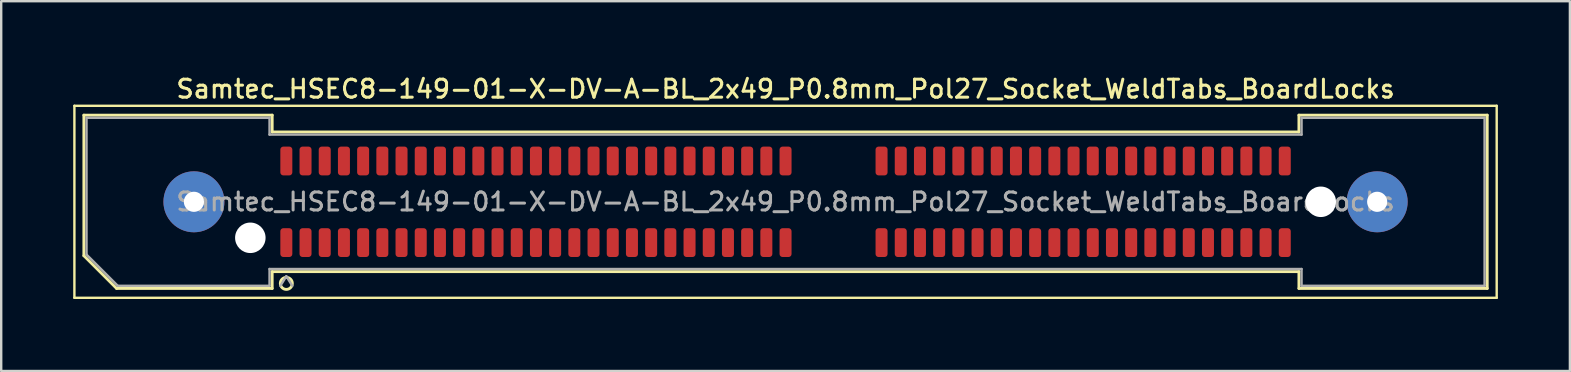
<source format=kicad_pcb>
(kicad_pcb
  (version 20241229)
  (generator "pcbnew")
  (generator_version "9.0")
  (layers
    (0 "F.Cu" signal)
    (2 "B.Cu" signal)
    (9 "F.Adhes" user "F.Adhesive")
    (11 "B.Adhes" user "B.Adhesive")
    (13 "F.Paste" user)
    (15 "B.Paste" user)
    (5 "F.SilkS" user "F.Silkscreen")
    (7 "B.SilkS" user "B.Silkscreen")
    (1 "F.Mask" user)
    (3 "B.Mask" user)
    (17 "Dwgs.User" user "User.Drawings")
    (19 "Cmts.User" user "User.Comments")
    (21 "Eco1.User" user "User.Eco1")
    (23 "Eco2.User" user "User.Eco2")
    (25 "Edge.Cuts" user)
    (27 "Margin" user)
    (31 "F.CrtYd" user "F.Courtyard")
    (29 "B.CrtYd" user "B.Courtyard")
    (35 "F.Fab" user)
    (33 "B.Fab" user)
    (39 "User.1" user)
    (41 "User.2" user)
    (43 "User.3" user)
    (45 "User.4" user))
  (footprint "Samtec_HSEC8-149-01-X-DV-A-BL_2x49_P0.8mm_Pol27_Socket_WeldTabs_BoardLocks"
    (layer "F.Cu")
    (at 29.68 5.358)
    (property "Reference" "Samtec_HSEC8-149-01-X-DV-A-BL_2x49_P0.8mm_Pol27_Socket_WeldTabs_BoardLocks" (at 0 -4.7 0) (layer "F.SilkS") (effects (font (size 0.75 0.75) (thickness 0.125))))
    (attr smd)
    (fp_line (start -29.63 -4) (end -29.63 4) (stroke (width 0.1) (type solid)) (layer "F.SilkS"))
    (fp_line (start -29.63 4) (end 29.63 4) (stroke (width 0.1) (type solid)) (layer "F.SilkS"))
    (fp_line (start -29.235 -3.61) (end -21.39 -3.61) (stroke (width 0.12) (type solid)) (layer "F.SilkS"))
    (fp_line (start -29.235 2.246) (end -29.235 -3.61) (stroke (width 0.12) (type solid)) (layer "F.SilkS"))
    (fp_line (start -27.871 3.61) (end -29.235 2.246) (stroke (width 0.12) (type solid)) (layer "F.SilkS"))
    (fp_line (start -21.39 -3.61) (end -21.39 -2.91) (stroke (width 0.12) (type solid)) (layer "F.SilkS"))
    (fp_line (start -21.39 -2.91) (end 21.39 -2.91) (stroke (width 0.12) (type solid)) (layer "F.SilkS"))
    (fp_line (start -21.39 2.91) (end -21.39 3.61) (stroke (width 0.12) (type solid)) (layer "F.SilkS"))
    (fp_line (start -21.39 3.61) (end -27.871 3.61) (stroke (width 0.12) (type solid)) (layer "F.SilkS"))
    (fp_line (start 21.39 -3.61) (end 29.235 -3.61) (stroke (width 0.12) (type solid)) (layer "F.SilkS"))
    (fp_line (start 21.39 -2.91) (end 21.39 -3.61) (stroke (width 0.12) (type solid)) (layer "F.SilkS"))
    (fp_line (start 21.39 2.91) (end -21.39 2.91) (stroke (width 0.12) (type solid)) (layer "F.SilkS"))
    (fp_line (start 21.39 3.61) (end 21.39 2.91) (stroke (width 0.12) (type solid)) (layer "F.SilkS"))
    (fp_line (start 29.235 -3.61) (end 29.235 3.61) (stroke (width 0.12) (type solid)) (layer "F.SilkS"))
    (fp_line (start 29.235 3.61) (end 21.39 3.61) (stroke (width 0.12) (type solid)) (layer "F.SilkS"))
    (fp_line (start 29.63 -4) (end -29.63 -4) (stroke (width 0.1) (type solid)) (layer "F.SilkS"))
    (fp_line (start 29.63 4) (end 29.63 -4) (stroke (width 0.1) (type solid)) (layer "F.SilkS"))
    (fp_circle (center -20.8 3.4) (end -20.55 3.4) (stroke (width 0.12) (type solid)) (fill no) (layer "F.SilkS"))
    (fp_line (start -29.125 -3.5) (end -21.5 -3.5) (stroke (width 0.1) (type solid)) (layer "F.Fab"))
    (fp_line (start -29.125 2.2) (end -29.125 -3.5) (stroke (width 0.1) (type solid)) (layer "F.Fab"))
    (fp_line (start -27.825 3.5) (end -29.125 2.2) (stroke (width 0.1) (type solid)) (layer "F.Fab"))
    (fp_line (start -21.5 -3.5) (end -21.5 -2.8) (stroke (width 0.1) (type solid)) (layer "F.Fab"))
    (fp_line (start -21.5 -2.8) (end 21.5 -2.8) (stroke (width 0.1) (type solid)) (layer "F.Fab"))
    (fp_line (start -21.5 2.8) (end -21.5 3.5) (stroke (width 0.1) (type solid)) (layer "F.Fab"))
    (fp_line (start -21.5 3.5) (end -27.825 3.5) (stroke (width 0.1) (type solid)) (layer "F.Fab"))
    (fp_line (start -20.8 3.1) (end -21.05 3.5) (stroke (width 0.1) (type solid)) (layer "F.Fab"))
    (fp_line (start -20.8 3.1) (end -20.55 3.5) (stroke (width 0.1) (type solid)) (layer "F.Fab"))
    (fp_line (start 21.5 -3.5) (end 29.125 -3.5) (stroke (width 0.1) (type solid)) (layer "F.Fab"))
    (fp_line (start 21.5 -2.8) (end 21.5 -3.5) (stroke (width 0.1) (type solid)) (layer "F.Fab"))
    (fp_line (start 21.5 2.8) (end -21.5 2.8) (stroke (width 0.1) (type solid)) (layer "F.Fab"))
    (fp_line (start 21.5 3.5) (end 21.5 2.8) (stroke (width 0.1) (type solid)) (layer "F.Fab"))
    (fp_line (start 29.125 -3.5) (end 29.125 3.5) (stroke (width 0.1) (type solid)) (layer "F.Fab"))
    (fp_line (start 29.125 3.5) (end 21.5 3.5) (stroke (width 0.1) (type solid)) (layer "F.Fab"))
    (fp_text user "${REFERENCE}" (at 0 0 0) (layer "F.Fab") (effects (font (size 0.75 0.75) (thickness 0.125))))
    (pad "" thru_hole circle (at -24.65 0) (size 2.54 2.54) (drill 0.84) (layers "*.Cu" "*.Mask" "F.Paste"))
    (pad "" np_thru_hole circle (at -22.3 1.5) (size 1.27 1.27) (drill 1.27) (layers "*.Cu" "*.Mask"))
    (pad "" np_thru_hole circle (at 22.3 0) (size 1.27 1.27) (drill 1.27) (layers "*.Cu" "*.Mask"))
    (pad "" thru_hole circle (at 24.65 0) (size 2.54 2.54) (drill 0.84) (layers "*.Cu" "*.Mask" "F.Paste"))
    (pad "1" smd roundrect (at -20.8 1.7) (size 0.5 1.2) (layers "F.Cu" "F.Mask" "F.Paste") (roundrect_rratio 0.25))
    (pad "2" smd roundrect (at -20.8 -1.7) (size 0.5 1.2) (layers "F.Cu" "F.Mask" "F.Paste") (roundrect_rratio 0.25))
    (pad "3" smd roundrect (at -20 1.7) (size 0.5 1.2) (layers "F.Cu" "F.Mask" "F.Paste") (roundrect_rratio 0.25))
    (pad "4" smd roundrect (at -20 -1.7) (size 0.5 1.2) (layers "F.Cu" "F.Mask" "F.Paste") (roundrect_rratio 0.25))
    (pad "5" smd roundrect (at -19.2 1.7) (size 0.5 1.2) (layers "F.Cu" "F.Mask" "F.Paste") (roundrect_rratio 0.25))
    (pad "6" smd roundrect (at -19.2 -1.7) (size 0.5 1.2) (layers "F.Cu" "F.Mask" "F.Paste") (roundrect_rratio 0.25))
    (pad "7" smd roundrect (at -18.4 1.7) (size 0.5 1.2) (layers "F.Cu" "F.Mask" "F.Paste") (roundrect_rratio 0.25))
    (pad "8" smd roundrect (at -18.4 -1.7) (size 0.5 1.2) (layers "F.Cu" "F.Mask" "F.Paste") (roundrect_rratio 0.25))
    (pad "9" smd roundrect (at -17.6 1.7) (size 0.5 1.2) (layers "F.Cu" "F.Mask" "F.Paste") (roundrect_rratio 0.25))
    (pad "10" smd roundrect (at -17.6 -1.7) (size 0.5 1.2) (layers "F.Cu" "F.Mask" "F.Paste") (roundrect_rratio 0.25))
    (pad "11" smd roundrect (at -16.8 1.7) (size 0.5 1.2) (layers "F.Cu" "F.Mask" "F.Paste") (roundrect_rratio 0.25))
    (pad "12" smd roundrect (at -16.8 -1.7) (size 0.5 1.2) (layers "F.Cu" "F.Mask" "F.Paste") (roundrect_rratio 0.25))
    (pad "13" smd roundrect (at -16 1.7) (size 0.5 1.2) (layers "F.Cu" "F.Mask" "F.Paste") (roundrect_rratio 0.25))
    (pad "14" smd roundrect (at -16 -1.7) (size 0.5 1.2) (layers "F.Cu" "F.Mask" "F.Paste") (roundrect_rratio 0.25))
    (pad "15" smd roundrect (at -15.2 1.7) (size 0.5 1.2) (layers "F.Cu" "F.Mask" "F.Paste") (roundrect_rratio 0.25))
    (pad "16" smd roundrect (at -15.2 -1.7) (size 0.5 1.2) (layers "F.Cu" "F.Mask" "F.Paste") (roundrect_rratio 0.25))
    (pad "17" smd roundrect (at -14.4 1.7) (size 0.5 1.2) (layers "F.Cu" "F.Mask" "F.Paste") (roundrect_rratio 0.25))
    (pad "18" smd roundrect (at -14.4 -1.7) (size 0.5 1.2) (layers "F.Cu" "F.Mask" "F.Paste") (roundrect_rratio 0.25))
    (pad "19" smd roundrect (at -13.6 1.7) (size 0.5 1.2) (layers "F.Cu" "F.Mask" "F.Paste") (roundrect_rratio 0.25))
    (pad "20" smd roundrect (at -13.6 -1.7) (size 0.5 1.2) (layers "F.Cu" "F.Mask" "F.Paste") (roundrect_rratio 0.25))
    (pad "21" smd roundrect (at -12.8 1.7) (size 0.5 1.2) (layers "F.Cu" "F.Mask" "F.Paste") (roundrect_rratio 0.25))
    (pad "22" smd roundrect (at -12.8 -1.7) (size 0.5 1.2) (layers "F.Cu" "F.Mask" "F.Paste") (roundrect_rratio 0.25))
    (pad "23" smd roundrect (at -12 1.7) (size 0.5 1.2) (layers "F.Cu" "F.Mask" "F.Paste") (roundrect_rratio 0.25))
    (pad "24" smd roundrect (at -12 -1.7) (size 0.5 1.2) (layers "F.Cu" "F.Mask" "F.Paste") (roundrect_rratio 0.25))
    (pad "25" smd roundrect (at -11.2 1.7) (size 0.5 1.2) (layers "F.Cu" "F.Mask" "F.Paste") (roundrect_rratio 0.25))
    (pad "26" smd roundrect (at -11.2 -1.7) (size 0.5 1.2) (layers "F.Cu" "F.Mask" "F.Paste") (roundrect_rratio 0.25))
    (pad "27" smd roundrect (at -10.4 1.7) (size 0.5 1.2) (layers "F.Cu" "F.Mask" "F.Paste") (roundrect_rratio 0.25))
    (pad "28" smd roundrect (at -10.4 -1.7) (size 0.5 1.2) (layers "F.Cu" "F.Mask" "F.Paste") (roundrect_rratio 0.25))
    (pad "29" smd roundrect (at -9.6 1.7) (size 0.5 1.2) (layers "F.Cu" "F.Mask" "F.Paste") (roundrect_rratio 0.25))
    (pad "30" smd roundrect (at -9.6 -1.7) (size 0.5 1.2) (layers "F.Cu" "F.Mask" "F.Paste") (roundrect_rratio 0.25))
    (pad "31" smd roundrect (at -8.8 1.7) (size 0.5 1.2) (layers "F.Cu" "F.Mask" "F.Paste") (roundrect_rratio 0.25))
    (pad "32" smd roundrect (at -8.8 -1.7) (size 0.5 1.2) (layers "F.Cu" "F.Mask" "F.Paste") (roundrect_rratio 0.25))
    (pad "33" smd roundrect (at -8 1.7) (size 0.5 1.2) (layers "F.Cu" "F.Mask" "F.Paste") (roundrect_rratio 0.25))
    (pad "34" smd roundrect (at -8 -1.7) (size 0.5 1.2) (layers "F.Cu" "F.Mask" "F.Paste") (roundrect_rratio 0.25))
    (pad "35" smd roundrect (at -7.2 1.7) (size 0.5 1.2) (layers "F.Cu" "F.Mask" "F.Paste") (roundrect_rratio 0.25))
    (pad "36" smd roundrect (at -7.2 -1.7) (size 0.5 1.2) (layers "F.Cu" "F.Mask" "F.Paste") (roundrect_rratio 0.25))
    (pad "37" smd roundrect (at -6.4 1.7) (size 0.5 1.2) (layers "F.Cu" "F.Mask" "F.Paste") (roundrect_rratio 0.25))
    (pad "38" smd roundrect (at -6.4 -1.7) (size 0.5 1.2) (layers "F.Cu" "F.Mask" "F.Paste") (roundrect_rratio 0.25))
    (pad "39" smd roundrect (at -5.6 1.7) (size 0.5 1.2) (layers "F.Cu" "F.Mask" "F.Paste") (roundrect_rratio 0.25))
    (pad "40" smd roundrect (at -5.6 -1.7) (size 0.5 1.2) (layers "F.Cu" "F.Mask" "F.Paste") (roundrect_rratio 0.25))
    (pad "41" smd roundrect (at -4.8 1.7) (size 0.5 1.2) (layers "F.Cu" "F.Mask" "F.Paste") (roundrect_rratio 0.25))
    (pad "42" smd roundrect (at -4.8 -1.7) (size 0.5 1.2) (layers "F.Cu" "F.Mask" "F.Paste") (roundrect_rratio 0.25))
    (pad "43" smd roundrect (at -4 1.7) (size 0.5 1.2) (layers "F.Cu" "F.Mask" "F.Paste") (roundrect_rratio 0.25))
    (pad "44" smd roundrect (at -4 -1.7) (size 0.5 1.2) (layers "F.Cu" "F.Mask" "F.Paste") (roundrect_rratio 0.25))
    (pad "45" smd roundrect (at -3.2 1.7) (size 0.5 1.2) (layers "F.Cu" "F.Mask" "F.Paste") (roundrect_rratio 0.25))
    (pad "46" smd roundrect (at -3.2 -1.7) (size 0.5 1.2) (layers "F.Cu" "F.Mask" "F.Paste") (roundrect_rratio 0.25))
    (pad "47" smd roundrect (at -2.4 1.7) (size 0.5 1.2) (layers "F.Cu" "F.Mask" "F.Paste") (roundrect_rratio 0.25))
    (pad "48" smd roundrect (at -2.4 -1.7) (size 0.5 1.2) (layers "F.Cu" "F.Mask" "F.Paste") (roundrect_rratio 0.25))
    (pad "49" smd roundrect (at -1.6 1.7) (size 0.5 1.2) (layers "F.Cu" "F.Mask" "F.Paste") (roundrect_rratio 0.25))
    (pad "50" smd roundrect (at -1.6 -1.7) (size 0.5 1.2) (layers "F.Cu" "F.Mask" "F.Paste") (roundrect_rratio 0.25))
    (pad "51" smd roundrect (at -0.8 1.7) (size 0.5 1.2) (layers "F.Cu" "F.Mask" "F.Paste") (roundrect_rratio 0.25))
    (pad "52" smd roundrect (at -0.8 -1.7) (size 0.5 1.2) (layers "F.Cu" "F.Mask" "F.Paste") (roundrect_rratio 0.25))
    (pad "53" smd roundrect (at 0 1.7) (size 0.5 1.2) (layers "F.Cu" "F.Mask" "F.Paste") (roundrect_rratio 0.25))
    (pad "54" smd roundrect (at 0 -1.7) (size 0.5 1.2) (layers "F.Cu" "F.Mask" "F.Paste") (roundrect_rratio 0.25))
    (pad "55" smd roundrect (at 4 1.7) (size 0.5 1.2) (layers "F.Cu" "F.Mask" "F.Paste") (roundrect_rratio 0.25))
    (pad "56" smd roundrect (at 4 -1.7) (size 0.5 1.2) (layers "F.Cu" "F.Mask" "F.Paste") (roundrect_rratio 0.25))
    (pad "57" smd roundrect (at 4.8 1.7) (size 0.5 1.2) (layers "F.Cu" "F.Mask" "F.Paste") (roundrect_rratio 0.25))
    (pad "58" smd roundrect (at 4.8 -1.7) (size 0.5 1.2) (layers "F.Cu" "F.Mask" "F.Paste") (roundrect_rratio 0.25))
    (pad "59" smd roundrect (at 5.6 1.7) (size 0.5 1.2) (layers "F.Cu" "F.Mask" "F.Paste") (roundrect_rratio 0.25))
    (pad "60" smd roundrect (at 5.6 -1.7) (size 0.5 1.2) (layers "F.Cu" "F.Mask" "F.Paste") (roundrect_rratio 0.25))
    (pad "61" smd roundrect (at 6.4 1.7) (size 0.5 1.2) (layers "F.Cu" "F.Mask" "F.Paste") (roundrect_rratio 0.25))
    (pad "62" smd roundrect (at 6.4 -1.7) (size 0.5 1.2) (layers "F.Cu" "F.Mask" "F.Paste") (roundrect_rratio 0.25))
    (pad "63" smd roundrect (at 7.2 1.7) (size 0.5 1.2) (layers "F.Cu" "F.Mask" "F.Paste") (roundrect_rratio 0.25))
    (pad "64" smd roundrect (at 7.2 -1.7) (size 0.5 1.2) (layers "F.Cu" "F.Mask" "F.Paste") (roundrect_rratio 0.25))
    (pad "65" smd roundrect (at 8 1.7) (size 0.5 1.2) (layers "F.Cu" "F.Mask" "F.Paste") (roundrect_rratio 0.25))
    (pad "66" smd roundrect (at 8 -1.7) (size 0.5 1.2) (layers "F.Cu" "F.Mask" "F.Paste") (roundrect_rratio 0.25))
    (pad "67" smd roundrect (at 8.8 1.7) (size 0.5 1.2) (layers "F.Cu" "F.Mask" "F.Paste") (roundrect_rratio 0.25))
    (pad "68" smd roundrect (at 8.8 -1.7) (size 0.5 1.2) (layers "F.Cu" "F.Mask" "F.Paste") (roundrect_rratio 0.25))
    (pad "69" smd roundrect (at 9.6 1.7) (size 0.5 1.2) (layers "F.Cu" "F.Mask" "F.Paste") (roundrect_rratio 0.25))
    (pad "70" smd roundrect (at 9.6 -1.7) (size 0.5 1.2) (layers "F.Cu" "F.Mask" "F.Paste") (roundrect_rratio 0.25))
    (pad "71" smd roundrect (at 10.4 1.7) (size 0.5 1.2) (layers "F.Cu" "F.Mask" "F.Paste") (roundrect_rratio 0.25))
    (pad "72" smd roundrect (at 10.4 -1.7) (size 0.5 1.2) (layers "F.Cu" "F.Mask" "F.Paste") (roundrect_rratio 0.25))
    (pad "73" smd roundrect (at 11.2 1.7) (size 0.5 1.2) (layers "F.Cu" "F.Mask" "F.Paste") (roundrect_rratio 0.25))
    (pad "74" smd roundrect (at 11.2 -1.7) (size 0.5 1.2) (layers "F.Cu" "F.Mask" "F.Paste") (roundrect_rratio 0.25))
    (pad "75" smd roundrect (at 12 1.7) (size 0.5 1.2) (layers "F.Cu" "F.Mask" "F.Paste") (roundrect_rratio 0.25))
    (pad "76" smd roundrect (at 12 -1.7) (size 0.5 1.2) (layers "F.Cu" "F.Mask" "F.Paste") (roundrect_rratio 0.25))
    (pad "77" smd roundrect (at 12.8 1.7) (size 0.5 1.2) (layers "F.Cu" "F.Mask" "F.Paste") (roundrect_rratio 0.25))
    (pad "78" smd roundrect (at 12.8 -1.7) (size 0.5 1.2) (layers "F.Cu" "F.Mask" "F.Paste") (roundrect_rratio 0.25))
    (pad "79" smd roundrect (at 13.6 1.7) (size 0.5 1.2) (layers "F.Cu" "F.Mask" "F.Paste") (roundrect_rratio 0.25))
    (pad "80" smd roundrect (at 13.6 -1.7) (size 0.5 1.2) (layers "F.Cu" "F.Mask" "F.Paste") (roundrect_rratio 0.25))
    (pad "81" smd roundrect (at 14.4 1.7) (size 0.5 1.2) (layers "F.Cu" "F.Mask" "F.Paste") (roundrect_rratio 0.25))
    (pad "82" smd roundrect (at 14.4 -1.7) (size 0.5 1.2) (layers "F.Cu" "F.Mask" "F.Paste") (roundrect_rratio 0.25))
    (pad "83" smd roundrect (at 15.2 1.7) (size 0.5 1.2) (layers "F.Cu" "F.Mask" "F.Paste") (roundrect_rratio 0.25))
    (pad "84" smd roundrect (at 15.2 -1.7) (size 0.5 1.2) (layers "F.Cu" "F.Mask" "F.Paste") (roundrect_rratio 0.25))
    (pad "85" smd roundrect (at 16 1.7) (size 0.5 1.2) (layers "F.Cu" "F.Mask" "F.Paste") (roundrect_rratio 0.25))
    (pad "86" smd roundrect (at 16 -1.7) (size 0.5 1.2) (layers "F.Cu" "F.Mask" "F.Paste") (roundrect_rratio 0.25))
    (pad "87" smd roundrect (at 16.8 1.7) (size 0.5 1.2) (layers "F.Cu" "F.Mask" "F.Paste") (roundrect_rratio 0.25))
    (pad "88" smd roundrect (at 16.8 -1.7) (size 0.5 1.2) (layers "F.Cu" "F.Mask" "F.Paste") (roundrect_rratio 0.25))
    (pad "89" smd roundrect (at 17.6 1.7) (size 0.5 1.2) (layers "F.Cu" "F.Mask" "F.Paste") (roundrect_rratio 0.25))
    (pad "90" smd roundrect (at 17.6 -1.7) (size 0.5 1.2) (layers "F.Cu" "F.Mask" "F.Paste") (roundrect_rratio 0.25))
    (pad "91" smd roundrect (at 18.4 1.7) (size 0.5 1.2) (layers "F.Cu" "F.Mask" "F.Paste") (roundrect_rratio 0.25))
    (pad "92" smd roundrect (at 18.4 -1.7) (size 0.5 1.2) (layers "F.Cu" "F.Mask" "F.Paste") (roundrect_rratio 0.25))
    (pad "93" smd roundrect (at 19.2 1.7) (size 0.5 1.2) (layers "F.Cu" "F.Mask" "F.Paste") (roundrect_rratio 0.25))
    (pad "94" smd roundrect (at 19.2 -1.7) (size 0.5 1.2) (layers "F.Cu" "F.Mask" "F.Paste") (roundrect_rratio 0.25))
    (pad "95" smd roundrect (at 20 1.7) (size 0.5 1.2) (layers "F.Cu" "F.Mask" "F.Paste") (roundrect_rratio 0.25))
    (pad "96" smd roundrect (at 20 -1.7) (size 0.5 1.2) (layers "F.Cu" "F.Mask" "F.Paste") (roundrect_rratio 0.25))
    (pad "97" smd roundrect (at 20.8 1.7) (size 0.5 1.2) (layers "F.Cu" "F.Mask" "F.Paste") (roundrect_rratio 0.25))
    (pad "98" smd roundrect (at 20.8 -1.7) (size 0.5 1.2) (layers "F.Cu" "F.Mask" "F.Paste") (roundrect_rratio 0.25)))
  (gr_rect
    (start -3 -3)
    (end 62.36 12.408)
    (stroke (width 0.1) (type default))
    (fill no)
    (layer "Edge.Cuts")))
</source>
